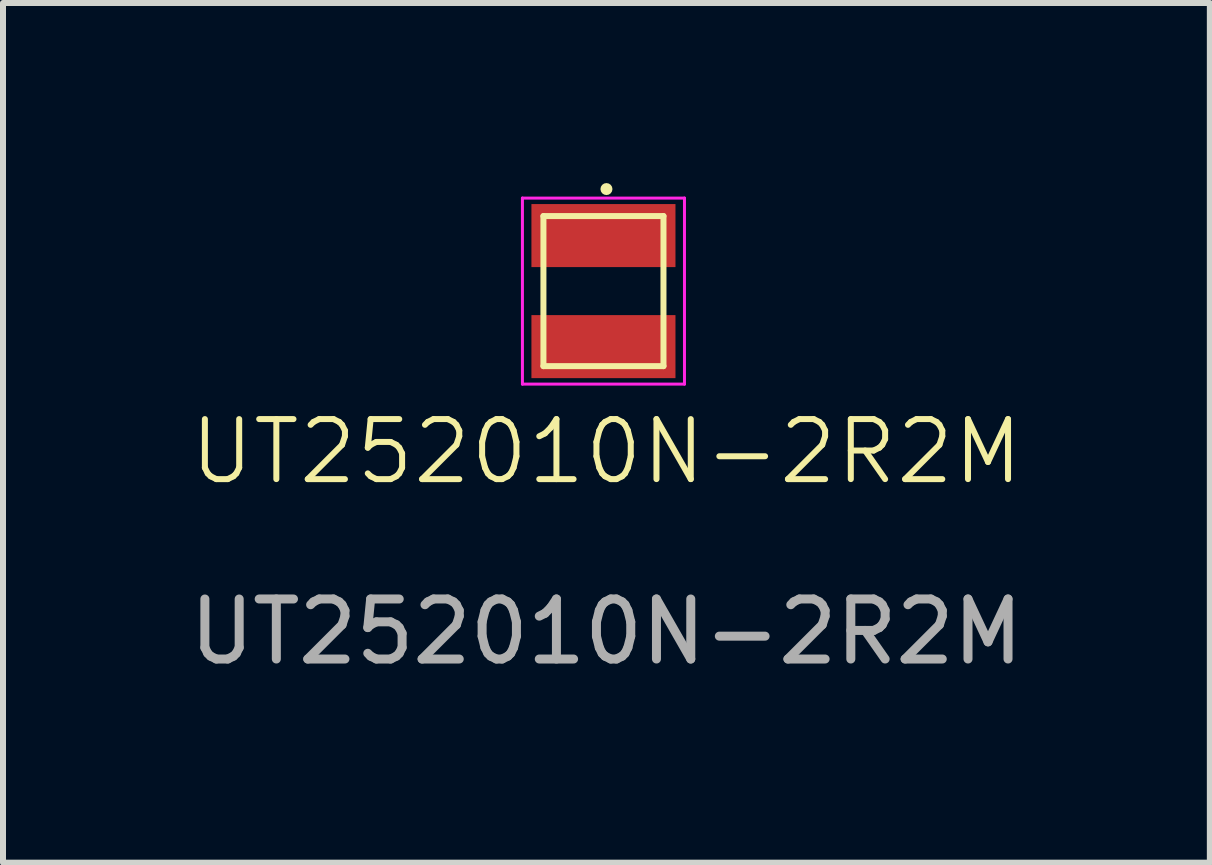
<source format=kicad_pcb>
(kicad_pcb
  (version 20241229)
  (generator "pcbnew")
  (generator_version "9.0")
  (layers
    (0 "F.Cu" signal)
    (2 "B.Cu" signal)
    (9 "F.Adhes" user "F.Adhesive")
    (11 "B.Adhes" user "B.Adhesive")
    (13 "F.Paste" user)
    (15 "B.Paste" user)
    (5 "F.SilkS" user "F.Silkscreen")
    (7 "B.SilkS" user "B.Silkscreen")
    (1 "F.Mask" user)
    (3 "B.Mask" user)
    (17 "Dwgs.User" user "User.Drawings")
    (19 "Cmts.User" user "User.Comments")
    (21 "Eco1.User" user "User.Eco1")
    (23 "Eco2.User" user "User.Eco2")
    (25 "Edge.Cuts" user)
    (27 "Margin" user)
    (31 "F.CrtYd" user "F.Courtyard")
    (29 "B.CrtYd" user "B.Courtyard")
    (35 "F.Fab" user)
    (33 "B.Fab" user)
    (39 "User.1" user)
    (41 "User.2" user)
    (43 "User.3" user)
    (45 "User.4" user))
  (footprint "UT252010N-2R2M"
    (layer "F.Cu")
    (at 7.054 2.2)
    (property "Reference" "UT252010N-2R2M" (at 0 2.275 0) (unlocked yes) (layer "F.SilkS") (effects (font (size 1 1) (thickness 0.1))))
    (attr smd)
    (fp_line (start -1.05 -1.65) (end 0.95 -1.65) (stroke (width 0.1) (type default)) (layer "F.SilkS"))
    (fp_line (start -1.05 0.85) (end -1.05 -1.65) (stroke (width 0.1) (type default)) (layer "F.SilkS"))
    (fp_line (start 0.95 -1.65) (end 0.95 0.85) (stroke (width 0.1) (type default)) (layer "F.SilkS"))
    (fp_line (start 0.95 0.85) (end -1.05 0.85) (stroke (width 0.1) (type default)) (layer "F.SilkS"))
    (fp_circle (center 0 -2.1) (end 0 -2.05) (stroke (width 0.1) (type default)) (fill no) (layer "F.SilkS"))
    (fp_line (start -1.4 -1.95) (end -1.4 1.15) (stroke (width 0.05) (type default)) (layer "F.CrtYd"))
    (fp_line (start -1.4 -1.95) (end 1.3 -1.95) (stroke (width 0.05) (type default)) (layer "F.CrtYd"))
    (fp_line (start 1.3 -1.95) (end 1.3 1.15) (stroke (width 0.05) (type default)) (layer "F.CrtYd"))
    (fp_line (start 1.3 1.15) (end -1.4 1.15) (stroke (width 0.05) (type default)) (layer "F.CrtYd"))
    (fp_text user "${REFERENCE}" (at 0 5.275 0) (unlocked yes) (layer "F.Fab") (effects (font (size 1 1) (thickness 0.15))))
    (pad "1" smd rect (at -0.05 -1.325 90) (size 1.05 2.4) (layers "F.Cu" "F.Mask"))
    (pad "2" smd rect (at -0.05 0.525 270) (size 1.05 2.4) (layers "F.Cu" "F.Mask")))
  (gr_rect
    (start -3 -3)
    (end 17.107 11.323)
    (stroke (width 0.1) (type default))
    (fill no)
    (layer "Edge.Cuts")))
</source>
